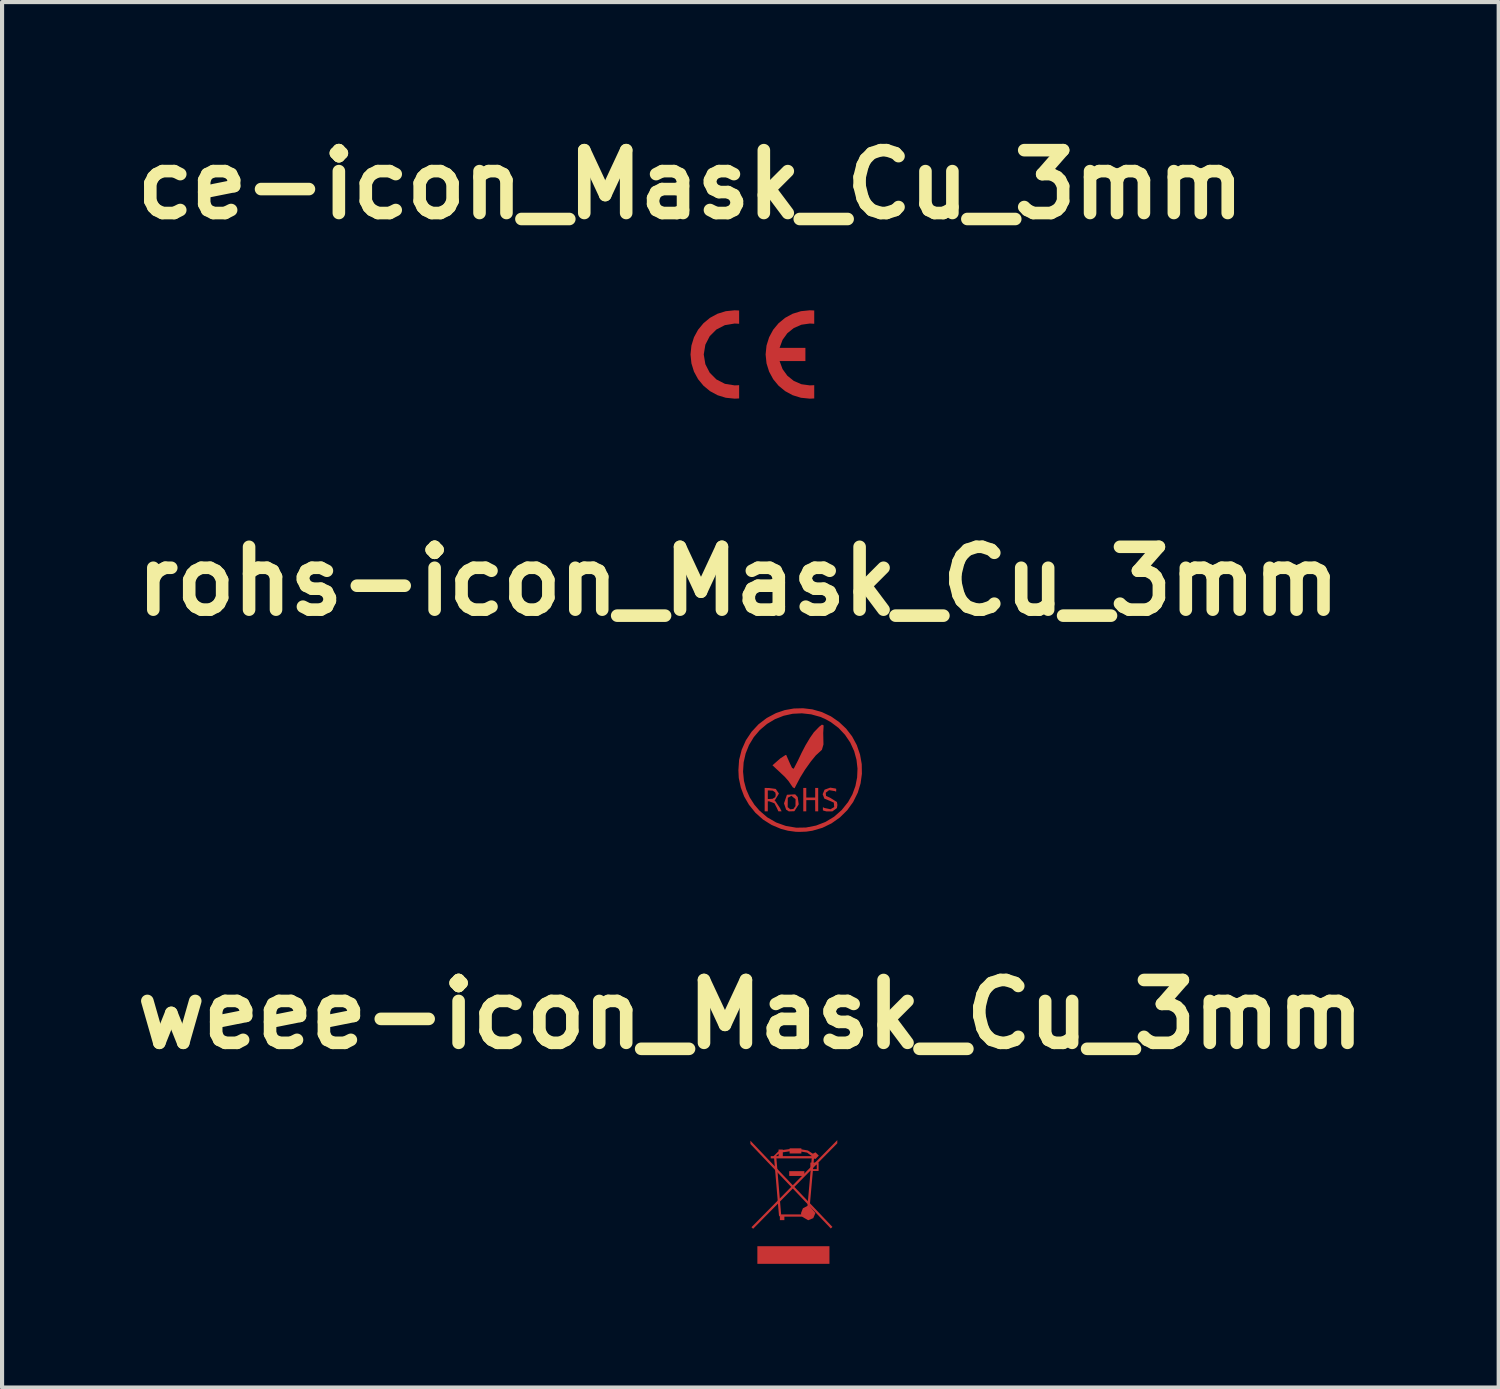
<source format=kicad_pcb>
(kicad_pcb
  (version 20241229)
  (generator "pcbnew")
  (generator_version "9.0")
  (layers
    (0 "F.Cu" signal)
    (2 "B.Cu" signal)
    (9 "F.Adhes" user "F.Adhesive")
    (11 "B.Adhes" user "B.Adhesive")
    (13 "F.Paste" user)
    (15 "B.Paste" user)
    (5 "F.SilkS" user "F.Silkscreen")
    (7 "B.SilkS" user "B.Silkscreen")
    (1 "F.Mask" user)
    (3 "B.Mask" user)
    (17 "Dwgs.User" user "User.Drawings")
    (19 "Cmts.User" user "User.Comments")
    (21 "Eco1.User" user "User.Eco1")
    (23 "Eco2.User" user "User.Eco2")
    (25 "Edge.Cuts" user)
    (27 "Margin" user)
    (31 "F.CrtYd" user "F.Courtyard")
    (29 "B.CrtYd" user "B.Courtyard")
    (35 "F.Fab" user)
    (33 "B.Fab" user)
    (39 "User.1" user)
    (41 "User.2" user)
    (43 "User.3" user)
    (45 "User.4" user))
  (footprint "rohs-icon_Mask_Cu_3mm"
    (layer "F.Cu")
    (at 14.855 14.122)
    (property "Reference" "rohs-icon_Mask_Cu_3mm" (at 0 -3.078 0) (layer "F.SilkS") (effects (font (size 1.524 1.524) (thickness 0.305))))
    (attr exclude_from_pos_files exclude_from_bom)
    (fp_poly (pts (xy 1.573 2.219) (xy 1.573 1.935) (xy 1.646 1.935) (xy 1.646 2.167) (xy 1.862 2.167) (xy 1.862 1.935) (xy 1.935 1.935) (xy 1.935 2.502) (xy 1.863 2.502) (xy 1.862 2.366) (xy 1.861 2.23) (xy 1.647 2.23) (xy 1.646 2.366) (xy 1.646 2.502) (xy 1.573 2.502) (xy 1.573 2.219)) (stroke (width 0) (type solid)) (fill yes) (layer "F.Cu"))
    (fp_poly (pts (xy 1.223 2.503) (xy 1.158 2.461) (xy 1.106 2.309) (xy 1.177 2.1) (xy 1.377 2.089) (xy 1.438 2.156) (xy 1.463 2.332) (xy 1.357 2.499) (xy 1.259 2.502) (xy 1.259 2.453) (xy 1.333 2.444) (xy 1.384 2.375) (xy 1.386 2.207) (xy 1.285 2.125) (xy 1.198 2.173) (xy 1.195 2.4) (xy 1.259 2.453) (xy 1.259 2.502) (xy 1.223 2.503)) (stroke (width 0) (type solid)) (fill yes) (layer "F.Cu"))
    (fp_poly (pts (xy 2.136 2.504) (xy 2.08 2.489) (xy 2.049 2.478) (xy 2.049 2.401) (xy 2.09 2.421) (xy 2.233 2.451) (xy 2.323 2.398) (xy 2.314 2.29) (xy 2.21 2.245) (xy 2.084 2.193) (xy 2.043 2.086) (xy 2.09 1.976) (xy 2.228 1.927) (xy 2.349 1.947) (xy 2.372 1.955) (xy 2.372 1.991) (xy 2.369 2.026) (xy 2.341 2.012) (xy 2.2 1.988) (xy 2.118 2.05) (xy 2.125 2.127) (xy 2.23 2.176) (xy 2.39 2.276) (xy 2.401 2.348) (xy 2.389 2.423) (xy 2.278 2.504) (xy 2.136 2.504)) (stroke (width 0) (type solid)) (fill yes) (layer "F.Cu"))
    (fp_poly (pts (xy 0.637 2.218) (xy 0.637 1.934) (xy 0.743 1.936) (xy 0.905 1.958) (xy 0.983 2.071) (xy 0.887 2.228) (xy 0.868 2.233) (xy 0.888 2.242) (xy 1.01 2.425) (xy 1.048 2.502) (xy 0.97 2.502) (xy 0.929 2.414) (xy 0.874 2.307) (xy 0.747 2.259) (xy 0.713 2.259) (xy 0.713 2.502) (xy 0.713 2.202) (xy 0.76 2.202) (xy 0.83 2.197) (xy 0.895 2.157) (xy 0.905 2.101) (xy 0.896 2.046) (xy 0.835 2) (xy 0.764 1.996) (xy 0.713 1.996) (xy 0.713 2.202) (xy 0.713 2.502) (xy 0.637 2.502) (xy 0.637 2.218)) (stroke (width 0) (type solid)) (fill yes) (layer "F.Cu"))
    (fp_poly (pts (xy 1.318 1.919) (xy 1.216 1.769) (xy 1.127 1.667) (xy 0.975 1.524) (xy 0.826 1.385) (xy 1.015 1.219) (xy 1.144 1.135) (xy 1.16 1.135) (xy 1.18 1.182) (xy 1.253 1.348) (xy 1.301 1.449) (xy 1.341 1.469) (xy 1.445 1.267) (xy 1.531 1.086) (xy 1.626 0.903) (xy 1.735 0.721) (xy 1.83 0.584) (xy 1.96 0.45) (xy 2.048 0.383) (xy 2.022 0.399) (xy 2.067 0.417) (xy 2.057 0.601) (xy 2.063 0.878) (xy 2.025 1.01) (xy 1.878 1.145) (xy 1.757 1.293) (xy 1.614 1.494) (xy 1.501 1.677) (xy 1.404 1.861) (xy 1.362 1.943) (xy 1.318 1.919)) (stroke (width 0) (type solid)) (fill yes) (layer "F.Cu"))
    (fp_poly (pts (xy 1.394 2.998) (xy 1.202 2.972) (xy 1.034 2.928) (xy 0.806 2.832) (xy 0.597 2.701) (xy 0.412 2.536) (xy 0.256 2.342) (xy 0.14 2.141) (xy 0.059 1.926) (xy 0.009 1.693) (xy 0.000004 1.505) (xy 0.017 1.253) (xy 0.08 1.008) (xy 0.181 0.78) (xy 0.319 0.573) (xy 0.488 0.391) (xy 0.687 0.238) (xy 0.912 0.119) (xy 1.124 0.047) (xy 1.344 0.008) (xy 1.569 0.002) (xy 1.794 0.029) (xy 2.027 0.096) (xy 2.243 0.198) (xy 2.439 0.333) (xy 2.612 0.496) (xy 2.757 0.684) (xy 2.871 0.895) (xy 2.95 1.125) (xy 2.991 1.357) (xy 2.995 1.592) (xy 2.963 1.824) (xy 2.895 2.049) (xy 2.783 2.275) (xy 2.638 2.476) (xy 2.461 2.65) (xy 2.259 2.793) (xy 2.035 2.902) (xy 1.794 2.972) (xy 1.646 2.994) (xy 1.491 3) (xy 1.402 2.998) (xy 1.402 2.898) (xy 1.64 2.894) (xy 1.882 2.847) (xy 2.111 2.759) (xy 2.32 2.633) (xy 2.505 2.47) (xy 2.66 2.276) (xy 2.765 2.088) (xy 2.838 1.887) (xy 2.879 1.678) (xy 2.888 1.465) (xy 2.864 1.252) (xy 2.808 1.044) (xy 2.712 0.834) (xy 2.585 0.646) (xy 2.428 0.479) (xy 2.242 0.339) (xy 2.118 0.27) (xy 1.988 0.212) (xy 1.765 0.15) (xy 1.54 0.125) (xy 1.316 0.136) (xy 1.098 0.184) (xy 0.889 0.266) (xy 0.695 0.382) (xy 0.519 0.531) (xy 0.373 0.703) (xy 0.258 0.894) (xy 0.176 1.099) (xy 0.127 1.315) (xy 0.113 1.538) (xy 0.135 1.764) (xy 0.189 1.968) (xy 0.275 2.164) (xy 0.39 2.344) (xy 0.511 2.484) (xy 0.702 2.648) (xy 0.917 2.772) (xy 1.151 2.856) (xy 1.402 2.898) (xy 1.402 2.998) (xy 1.394 2.998)) (stroke (width 0) (type solid)) (fill yes) (layer "F.Cu"))
    (fp_poly (pts (xy 1.573 2.219) (xy 1.573 1.935) (xy 1.646 1.935) (xy 1.646 2.167) (xy 1.862 2.167) (xy 1.862 1.935) (xy 1.935 1.935) (xy 1.935 2.502) (xy 1.863 2.502) (xy 1.862 2.366) (xy 1.861 2.23) (xy 1.647 2.23) (xy 1.646 2.366) (xy 1.646 2.502) (xy 1.573 2.502) (xy 1.573 2.219)) (stroke (width 0) (type solid)) (fill yes) (layer "F.Mask"))
    (fp_poly (pts (xy 1.223 2.503) (xy 1.158 2.461) (xy 1.106 2.309) (xy 1.177 2.1) (xy 1.377 2.089) (xy 1.438 2.156) (xy 1.463 2.332) (xy 1.357 2.499) (xy 1.259 2.502) (xy 1.259 2.453) (xy 1.333 2.444) (xy 1.384 2.375) (xy 1.386 2.207) (xy 1.285 2.125) (xy 1.198 2.173) (xy 1.195 2.4) (xy 1.259 2.453) (xy 1.259 2.502) (xy 1.223 2.503)) (stroke (width 0) (type solid)) (fill yes) (layer "F.Mask"))
    (fp_poly (pts (xy 2.136 2.504) (xy 2.08 2.489) (xy 2.049 2.478) (xy 2.049 2.401) (xy 2.09 2.421) (xy 2.233 2.451) (xy 2.323 2.398) (xy 2.314 2.29) (xy 2.21 2.245) (xy 2.084 2.193) (xy 2.043 2.086) (xy 2.09 1.976) (xy 2.228 1.927) (xy 2.349 1.947) (xy 2.372 1.955) (xy 2.372 1.991) (xy 2.369 2.026) (xy 2.341 2.012) (xy 2.2 1.988) (xy 2.118 2.05) (xy 2.125 2.127) (xy 2.23 2.176) (xy 2.39 2.276) (xy 2.401 2.348) (xy 2.389 2.423) (xy 2.278 2.504) (xy 2.136 2.504)) (stroke (width 0) (type solid)) (fill yes) (layer "F.Mask"))
    (fp_poly (pts (xy 0.637 2.218) (xy 0.637 1.934) (xy 0.743 1.936) (xy 0.905 1.958) (xy 0.983 2.071) (xy 0.887 2.228) (xy 0.868 2.233) (xy 0.888 2.242) (xy 1.01 2.425) (xy 1.048 2.502) (xy 0.97 2.502) (xy 0.929 2.414) (xy 0.874 2.307) (xy 0.747 2.259) (xy 0.713 2.259) (xy 0.713 2.502) (xy 0.713 2.202) (xy 0.76 2.202) (xy 0.83 2.197) (xy 0.895 2.157) (xy 0.905 2.101) (xy 0.896 2.046) (xy 0.835 2) (xy 0.764 1.996) (xy 0.713 1.996) (xy 0.713 2.202) (xy 0.713 2.502) (xy 0.637 2.502) (xy 0.637 2.218)) (stroke (width 0) (type solid)) (fill yes) (layer "F.Mask"))
    (fp_poly (pts (xy 1.318 1.919) (xy 1.216 1.769) (xy 1.127 1.667) (xy 0.975 1.524) (xy 0.826 1.385) (xy 1.015 1.219) (xy 1.144 1.135) (xy 1.16 1.135) (xy 1.18 1.182) (xy 1.253 1.348) (xy 1.301 1.449) (xy 1.341 1.469) (xy 1.445 1.267) (xy 1.531 1.086) (xy 1.626 0.903) (xy 1.735 0.721) (xy 1.83 0.584) (xy 1.96 0.45) (xy 2.048 0.383) (xy 2.022 0.399) (xy 2.067 0.417) (xy 2.057 0.601) (xy 2.063 0.878) (xy 2.025 1.01) (xy 1.878 1.145) (xy 1.757 1.293) (xy 1.614 1.494) (xy 1.501 1.677) (xy 1.404 1.861) (xy 1.362 1.943) (xy 1.318 1.919)) (stroke (width 0) (type solid)) (fill yes) (layer "F.Mask"))
    (fp_poly (pts (xy 1.394 2.998) (xy 1.202 2.972) (xy 1.034 2.928) (xy 0.806 2.832) (xy 0.597 2.701) (xy 0.412 2.536) (xy 0.256 2.342) (xy 0.14 2.141) (xy 0.059 1.926) (xy 0.009 1.693) (xy 0.000004 1.505) (xy 0.017 1.253) (xy 0.08 1.008) (xy 0.181 0.78) (xy 0.319 0.573) (xy 0.488 0.391) (xy 0.687 0.238) (xy 0.912 0.119) (xy 1.124 0.047) (xy 1.344 0.008) (xy 1.569 0.002) (xy 1.794 0.029) (xy 2.027 0.096) (xy 2.243 0.198) (xy 2.439 0.333) (xy 2.612 0.496) (xy 2.757 0.684) (xy 2.871 0.895) (xy 2.95 1.125) (xy 2.991 1.357) (xy 2.995 1.592) (xy 2.963 1.824) (xy 2.895 2.049) (xy 2.783 2.275) (xy 2.638 2.476) (xy 2.461 2.65) (xy 2.259 2.793) (xy 2.035 2.902) (xy 1.794 2.972) (xy 1.646 2.994) (xy 1.491 3) (xy 1.402 2.998) (xy 1.402 2.898) (xy 1.64 2.894) (xy 1.882 2.847) (xy 2.111 2.759) (xy 2.32 2.633) (xy 2.505 2.47) (xy 2.66 2.276) (xy 2.765 2.088) (xy 2.838 1.887) (xy 2.879 1.678) (xy 2.888 1.465) (xy 2.864 1.252) (xy 2.808 1.044) (xy 2.712 0.834) (xy 2.585 0.646) (xy 2.428 0.479) (xy 2.242 0.339) (xy 2.118 0.27) (xy 1.988 0.212) (xy 1.765 0.15) (xy 1.54 0.125) (xy 1.316 0.136) (xy 1.098 0.184) (xy 0.889 0.266) (xy 0.695 0.382) (xy 0.519 0.531) (xy 0.373 0.703) (xy 0.258 0.894) (xy 0.176 1.099) (xy 0.127 1.315) (xy 0.113 1.538) (xy 0.135 1.764) (xy 0.189 1.968) (xy 0.275 2.164) (xy 0.39 2.344) (xy 0.511 2.484) (xy 0.702 2.648) (xy 0.917 2.772) (xy 1.151 2.856) (xy 1.402 2.898) (xy 1.402 2.998) (xy 1.394 2.998)) (stroke (width 0) (type solid)) (fill yes) (layer "F.Mask")))
  (footprint "ce-icon_Mask_Cu_3mm"
    (layer "F.Cu")
    (at 13.694 4.474)
    (property "Reference" "ce-icon_Mask_Cu_3mm" (at 0 -3.048 0) (layer "F.SilkS") (effects (font (size 1.524 1.524) (thickness 0.305))))
    (attr exclude_from_pos_files exclude_from_bom)
    (fp_poly (pts (xy 1.179 2.138) (xy 1.071 2.143) (xy 0.855 2.121) (xy 0.654 2.059) (xy 0.472 1.96) (xy 0.314 1.829) (xy 0.183 1.67) (xy 0.084 1.488) (xy 0.022 1.287) (xy 0 1.071) (xy 0.022 0.855) (xy 0.084 0.654) (xy 0.183 0.472) (xy 0.314 0.314) (xy 0.472 0.183) (xy 0.654 0.084) (xy 0.855 0.022) (xy 1.071 0) (xy 1.179 0.005) (xy 1.179 0.327) (xy 1.071 0.321) (xy 0.834 0.36) (xy 0.628 0.466) (xy 0.466 0.628) (xy 0.36 0.834) (xy 0.321 1.071) (xy 0.36 1.308) (xy 0.466 1.514) (xy 0.628 1.677) (xy 0.834 1.783) (xy 1.071 1.821) (xy 1.179 1.816) (xy 1.179 2.138)) (stroke (width 0) (type solid)) (fill yes) (layer "F.Cu"))
    (fp_poly (pts (xy 3 2.138) (xy 2.893 2.143) (xy 2.677 2.121) (xy 2.476 2.059) (xy 2.294 1.96) (xy 2.135 1.829) (xy 2.004 1.67) (xy 1.906 1.488) (xy 1.843 1.287) (xy 1.821 1.071) (xy 1.843 0.855) (xy 1.906 0.654) (xy 2.004 0.472) (xy 2.135 0.314) (xy 2.294 0.183) (xy 2.476 0.084) (xy 2.677 0.022) (xy 2.893 0) (xy 3 0.005) (xy 3 0.327) (xy 2.893 0.321) (xy 2.689 0.35) (xy 2.505 0.43) (xy 2.349 0.555) (xy 2.232 0.717) (xy 2.16 0.911) (xy 2.786 0.911) (xy 2.786 1.232) (xy 2.16 1.232) (xy 2.232 1.426) (xy 2.349 1.588) (xy 2.505 1.713) (xy 2.689 1.793) (xy 2.893 1.821) (xy 3 1.816) (xy 3 2.138)) (stroke (width 0) (type solid)) (fill yes) (layer "F.Cu"))
    (fp_poly (pts (xy 1.179 2.138) (xy 1.071 2.143) (xy 0.855 2.121) (xy 0.654 2.059) (xy 0.472 1.96) (xy 0.314 1.829) (xy 0.183 1.67) (xy 0.084 1.488) (xy 0.022 1.287) (xy 0 1.071) (xy 0.022 0.855) (xy 0.084 0.654) (xy 0.183 0.472) (xy 0.314 0.314) (xy 0.472 0.183) (xy 0.654 0.084) (xy 0.855 0.022) (xy 1.071 0) (xy 1.179 0.005) (xy 1.179 0.327) (xy 1.071 0.321) (xy 0.834 0.36) (xy 0.628 0.466) (xy 0.466 0.628) (xy 0.36 0.834) (xy 0.321 1.071) (xy 0.36 1.308) (xy 0.466 1.514) (xy 0.628 1.677) (xy 0.834 1.783) (xy 1.071 1.821) (xy 1.179 1.816) (xy 1.179 2.138)) (stroke (width 0) (type solid)) (fill yes) (layer "F.Mask"))
    (fp_poly (pts (xy 3 2.138) (xy 2.893 2.143) (xy 2.677 2.121) (xy 2.476 2.059) (xy 2.294 1.96) (xy 2.135 1.829) (xy 2.004 1.67) (xy 1.906 1.488) (xy 1.843 1.287) (xy 1.821 1.071) (xy 1.843 0.855) (xy 1.906 0.654) (xy 2.004 0.472) (xy 2.135 0.314) (xy 2.294 0.183) (xy 2.476 0.084) (xy 2.677 0.022) (xy 2.893 0) (xy 3 0.005) (xy 3 0.327) (xy 2.893 0.321) (xy 2.689 0.35) (xy 2.505 0.43) (xy 2.349 0.555) (xy 2.232 0.717) (xy 2.16 0.911) (xy 2.786 0.911) (xy 2.786 1.232) (xy 2.16 1.232) (xy 2.232 1.426) (xy 2.349 1.588) (xy 2.505 1.713) (xy 2.689 1.793) (xy 2.893 1.821) (xy 3 1.816) (xy 3 2.138)) (stroke (width 0) (type solid)) (fill yes) (layer "F.Mask")))
  (footprint "weee-icon_Mask_Cu_3mm"
    (layer "F.Cu")
    (at 15.146 24.596)
    (property "Reference" "weee-icon_Mask_Cu_3mm" (at 0 -3.048 0) (layer "F.SilkS") (effects (font (size 1.524 1.524) (thickness 0.305))))
    (attr exclude_from_pos_files exclude_from_bom)
    (fp_poly (pts (xy 0.169 2.573) (xy 1.917 2.573) (xy 1.917 3) (xy 0.169 3) (xy 0.169 2.573)) (stroke (width 0) (type solid)) (fill yes) (layer "F.Cu"))
    (fp_poly (pts (xy 0.941 0.753) (xy 1.309 0.753) (xy 1.309 0.869) (xy 0.941 0.869) (xy 0.941 0.753)) (stroke (width 0) (type solid)) (fill yes) (layer "F.Cu"))
    (fp_poly (pts (xy 1.402 1.71) (xy 1.461 1.769) (xy 1.402 1.829) (xy 1.342 1.769) (xy 1.402 1.71)) (stroke (width 0) (type solid)) (fill yes) (layer "F.Cu"))
    (fp_poly (pts (xy 2.107 0) (xy 1.028 1.095) (xy 0 0.014) (xy 0 0.094) (xy 0.99 1.134) (xy 0.026 2.112) (xy 0.066 2.15) (xy 1.028 1.174) (xy 1.95 2.143) (xy 1.989 2.105) (xy 1.066 1.135) (xy 2.107 0.078) (xy 2.107 0)) (stroke (width 0) (type solid)) (fill yes) (layer "F.Cu"))
    (fp_poly (pts (xy 0.824 1.856) (xy 0.824 1.941) (xy 0.745 1.941) (xy 0.745 1.801) (xy 1.231 1.801) (xy 1.228 1.769) (xy 1.273 1.653) (xy 1.384 1.596) (xy 1.46 0.748) (xy 1.454 0.748) (xy 1.454 0.545) (xy 1.478 0.545) (xy 1.487 0.443) (xy 0.786 0.443) (xy 0.786 0.388) (xy 1.49 0.388) (xy 1.375 0.303) (xy 1.236 0.279) (xy 1.236 0.324) (xy 1.191 0.324) (xy 1.191 0.279) (xy 0.996 0.279) (xy 0.996 0.244) (xy 1.191 0.244) (xy 1.191 0.279) (xy 1.191 0.324) (xy 0.951 0.324) (xy 0.951 0.272) (xy 0.786 0.296) (xy 0.786 0.388) (xy 0.786 0.443) (xy 0.683 0.443) (xy 0.683 0.388) (xy 0.683 0.329) (xy 0.62 0.388) (xy 0.683 0.388) (xy 0.683 0.443) (xy 0.631 0.443) (xy 0.745 1.801) (xy 0.745 1.941) (xy 0.715 1.941) (xy 0.715 1.855) (xy 0.693 1.83) (xy 0.575 0.443) (xy 0.493 0.443) (xy 0.493 0.388) (xy 0.563 0.388) (xy 0.683 0.269) (xy 0.683 0.229) (xy 0.786 0.229) (xy 0.786 0.239) (xy 0.951 0.217) (xy 0.951 0.199) (xy 1.236 0.199) (xy 1.236 0.224) (xy 1.394 0.251) (xy 1.514 0.329) (xy 1.579 0.296) (xy 1.659 0.376) (xy 1.579 0.457) (xy 1.542 0.448) (xy 1.533 0.545) (xy 1.654 0.545) (xy 1.654 0.748) (xy 1.519 0.748) (xy 1.519 0.703) (xy 1.609 0.703) (xy 1.609 0.591) (xy 1.529 0.591) (xy 1.519 0.703) (xy 1.519 0.748) (xy 1.515 0.748) (xy 1.439 1.6) (xy 1.576 1.769) (xy 1.525 1.892) (xy 1.402 1.943) (xy 1.402 1.862) (xy 1.309 1.769) (xy 1.402 1.677) (xy 1.494 1.769) (xy 1.402 1.862) (xy 1.402 1.943) (xy 1.251 1.856) (xy 0.824 1.856)) (stroke (width 0) (type solid)) (fill yes) (layer "F.Cu"))
    (fp_poly (pts (xy 0.169 2.573) (xy 1.917 2.573) (xy 1.917 3) (xy 0.169 3) (xy 0.169 2.573)) (stroke (width 0) (type solid)) (fill yes) (layer "F.Mask"))
    (fp_poly (pts (xy 0.941 0.753) (xy 1.309 0.753) (xy 1.309 0.869) (xy 0.941 0.869) (xy 0.941 0.753)) (stroke (width 0) (type solid)) (fill yes) (layer "F.Mask"))
    (fp_poly (pts (xy 1.402 1.71) (xy 1.461 1.769) (xy 1.402 1.829) (xy 1.342 1.769) (xy 1.402 1.71)) (stroke (width 0) (type solid)) (fill yes) (layer "F.Mask"))
    (fp_poly (pts (xy 2.107 0) (xy 1.028 1.095) (xy 0 0.014) (xy 0 0.094) (xy 0.99 1.134) (xy 0.026 2.112) (xy 0.066 2.15) (xy 1.028 1.174) (xy 1.95 2.143) (xy 1.989 2.105) (xy 1.066 1.135) (xy 2.107 0.078) (xy 2.107 0)) (stroke (width 0) (type solid)) (fill yes) (layer "F.Mask"))
    (fp_poly (pts (xy 0.824 1.856) (xy 0.824 1.941) (xy 0.745 1.941) (xy 0.745 1.801) (xy 1.231 1.801) (xy 1.228 1.769) (xy 1.273 1.653) (xy 1.384 1.596) (xy 1.46 0.748) (xy 1.454 0.748) (xy 1.454 0.545) (xy 1.478 0.545) (xy 1.487 0.443) (xy 0.786 0.443) (xy 0.786 0.388) (xy 1.49 0.388) (xy 1.375 0.303) (xy 1.236 0.279) (xy 1.236 0.324) (xy 1.191 0.324) (xy 1.191 0.279) (xy 0.996 0.279) (xy 0.996 0.244) (xy 1.191 0.244) (xy 1.191 0.279) (xy 1.191 0.324) (xy 0.951 0.324) (xy 0.951 0.272) (xy 0.786 0.296) (xy 0.786 0.388) (xy 0.786 0.443) (xy 0.683 0.443) (xy 0.683 0.388) (xy 0.683 0.329) (xy 0.62 0.388) (xy 0.683 0.388) (xy 0.683 0.443) (xy 0.631 0.443) (xy 0.745 1.801) (xy 0.745 1.941) (xy 0.715 1.941) (xy 0.715 1.855) (xy 0.693 1.83) (xy 0.575 0.443) (xy 0.493 0.443) (xy 0.493 0.388) (xy 0.563 0.388) (xy 0.683 0.269) (xy 0.683 0.229) (xy 0.786 0.229) (xy 0.786 0.239) (xy 0.951 0.217) (xy 0.951 0.199) (xy 1.236 0.199) (xy 1.236 0.224) (xy 1.394 0.251) (xy 1.514 0.329) (xy 1.579 0.296) (xy 1.659 0.376) (xy 1.579 0.457) (xy 1.542 0.448) (xy 1.533 0.545) (xy 1.654 0.545) (xy 1.654 0.748) (xy 1.519 0.748) (xy 1.519 0.703) (xy 1.609 0.703) (xy 1.609 0.591) (xy 1.529 0.591) (xy 1.519 0.703) (xy 1.519 0.748) (xy 1.515 0.748) (xy 1.439 1.6) (xy 1.576 1.769) (xy 1.525 1.892) (xy 1.402 1.943) (xy 1.402 1.862) (xy 1.309 1.769) (xy 1.402 1.677) (xy 1.494 1.769) (xy 1.402 1.862) (xy 1.402 1.943) (xy 1.251 1.856) (xy 0.824 1.856)) (stroke (width 0) (type solid)) (fill yes) (layer "F.Mask")))
  (gr_rect
    (start -3 -3)
    (end 33.291 30.596)
    (stroke (width 0.1) (type default))
    (fill no)
    (layer "Edge.Cuts")))
</source>
